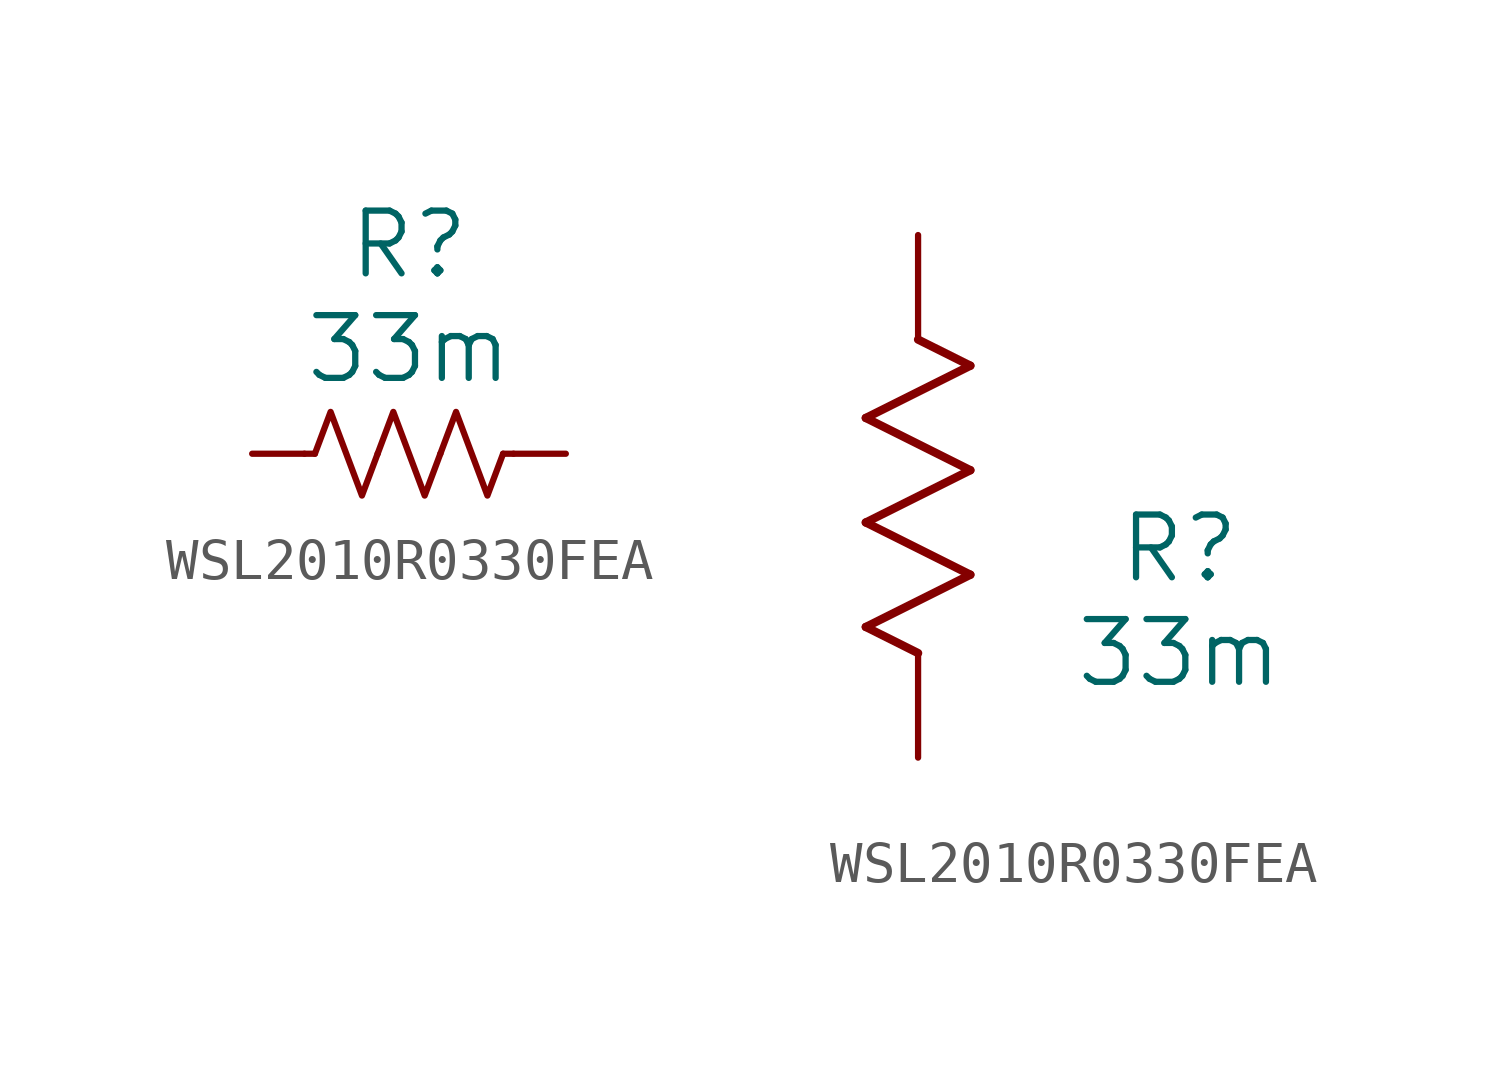
<source format=kicad_sym>
(kicad_symbol_lib
  (version 20220914)
  (generator kicad_symbol_editor)
  (symbol "WSL2010R0330FEA"
    (pin_numbers hide)
    (pin_names
      (offset 0.254) hide)
    (property "Reference" "R"
      (at 6.35 5.08 0)
      (effects (font (size 1.524 1.524))))
    (property "Value" "33m"
      (at 6.35 2.54 0)
      (effects (font (size 1.524 1.524))))
    (symbol "WSL2010R0330FEA_0_1"
      (polyline (pts (xy 4.064 0) (xy 3.81 0)) (stroke (width 0) (type default)) (fill (type none)))
      (polyline (pts (xy 8.636 0) (xy 8.89 0)) (stroke (width 0) (type default)) (fill (type none)))
      (polyline (pts (xy 4.064 0) (xy 4.445 1.016) (xy 4.826 0) (xy 5.207 -1.016) (xy 5.588 0)) (stroke (width 0) (type default)) (fill (type none)))
      (polyline (pts (xy 5.588 0) (xy 5.969 1.016) (xy 6.35 0) (xy 6.731 -1.016) (xy 7.112 0)) (stroke (width 0) (type default)) (fill (type none)))
      (polyline (pts (xy 7.112 0) (xy 7.493 1.016) (xy 7.874 0) (xy 8.255 -1.016) (xy 8.636 0)) (stroke (width 0) (type default)) (fill (type none))))
    (symbol "WSL2010R0330FEA_1_1"
      (pin passive line (at 2.54 0 0) (length 1.27) (name "" (effects (font (size 1.27 1.27)))) (number "1" (effects (font (size 1.27 1.27)))))
      (pin passive line (at 10.16 0 180) (length 1.27) (name "" (effects (font (size 1.27 1.27)))) (number "2" (effects (font (size 1.27 1.27))))))
    (symbol "WSL2010R0330FEA_1_2"
      (polyline (pts (xy -1.27 3.175) (xy 1.27 4.445)) (stroke (width 0.203) (type default)) (fill (type none)))
      (polyline (pts (xy -1.27 5.715) (xy 1.27 6.985)) (stroke (width 0.203) (type default)) (fill (type none)))
      (polyline (pts (xy -1.27 8.255) (xy 1.27 9.525)) (stroke (width 0.203) (type default)) (fill (type none)))
      (polyline (pts (xy 0 2.54) (xy -1.27 3.175)) (stroke (width 0.203) (type default)) (fill (type none)))
      (polyline (pts (xy 1.27 4.445) (xy -1.27 5.715)) (stroke (width 0.203) (type default)) (fill (type none)))
      (polyline (pts (xy 1.27 6.985) (xy -1.27 8.255)) (stroke (width 0.203) (type default)) (fill (type none)))
      (polyline (pts (xy 1.27 9.525) (xy 0 10.16)) (stroke (width 0.203) (type default)) (fill (type none)))
      (pin unspecified line (at 0 12.7 270) (length 2.54) (name "" (effects (font (size 1.27 1.27)))) (number "1" (effects (font (size 1.27 1.27)))))
      (pin unspecified line (at 0 0 90) (length 2.54) (name "" (effects (font (size 1.27 1.27)))) (number "2" (effects (font (size 1.27 1.27))))))))
</source>
